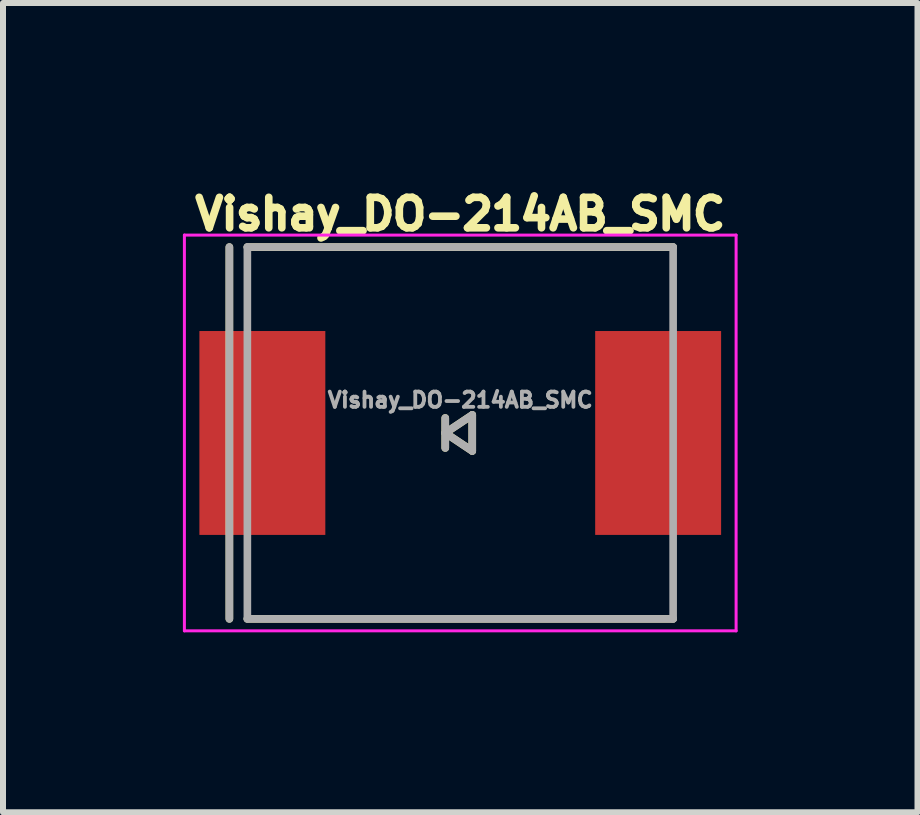
<source format=kicad_pcb>
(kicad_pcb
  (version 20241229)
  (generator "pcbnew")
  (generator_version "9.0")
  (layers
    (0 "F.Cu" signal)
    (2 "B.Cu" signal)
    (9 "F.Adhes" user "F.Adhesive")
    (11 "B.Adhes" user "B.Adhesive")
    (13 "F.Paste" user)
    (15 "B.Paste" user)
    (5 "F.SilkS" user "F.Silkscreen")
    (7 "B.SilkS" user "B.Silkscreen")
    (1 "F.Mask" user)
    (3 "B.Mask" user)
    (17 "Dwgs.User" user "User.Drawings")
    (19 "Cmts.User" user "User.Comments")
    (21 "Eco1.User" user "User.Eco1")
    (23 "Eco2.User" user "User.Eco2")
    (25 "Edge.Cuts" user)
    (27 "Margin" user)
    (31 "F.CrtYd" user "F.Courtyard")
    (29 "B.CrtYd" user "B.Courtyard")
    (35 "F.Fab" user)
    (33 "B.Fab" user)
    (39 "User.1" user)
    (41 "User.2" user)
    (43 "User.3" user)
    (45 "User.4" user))
  (footprint "Vishay_DO-214AB_SMC"
    (layer "F.Cu")
    (at 4.625 4.17)
    (property "Reference" "Vishay_DO-214AB_SMC" (at 0 -3.65 0) (layer "F.SilkS") (effects (font (size 0.508 0.508) (thickness 0.127))))
    (attr through_hole)
    (fp_line (start -3.85 -3.1) (end -3.85 3.1) (stroke (width 0.127) (type solid)) (layer "F.SilkS"))
    (fp_line (start -3.55 -3.1) (end 3.55 -3.1) (stroke (width 0.127) (type solid)) (layer "F.SilkS"))
    (fp_line (start -3.55 3.1) (end 3.55 3.1) (stroke (width 0.127) (type solid)) (layer "F.SilkS"))
    (fp_line (start -0.25 -0.25) (end -0.25 0.25) (stroke (width 0.127) (type solid)) (layer "F.SilkS"))
    (fp_line (start -0.25 0) (end 0.2 -0.3) (stroke (width 0.127) (type solid)) (layer "F.SilkS"))
    (fp_line (start 0.2 -0.3) (end 0.2 0.3) (stroke (width 0.127) (type solid)) (layer "F.SilkS"))
    (fp_line (start 0.2 0.3) (end -0.25 0) (stroke (width 0.127) (type solid)) (layer "F.SilkS"))
    (fp_line (start -4.6 -3.3) (end 4.6 -3.3) (stroke (width 0.05) (type solid)) (layer "F.CrtYd"))
    (fp_line (start -4.6 3.3) (end -4.6 -3.3) (stroke (width 0.05) (type solid)) (layer "F.CrtYd"))
    (fp_line (start -4.6 3.3) (end 4.6 3.3) (stroke (width 0.05) (type solid)) (layer "F.CrtYd"))
    (fp_line (start 4.6 -3.3) (end 4.6 3.3) (stroke (width 0.05) (type solid)) (layer "F.CrtYd"))
    (fp_line (start -3.85 -3.1) (end -3.85 3.1) (stroke (width 0.127) (type solid)) (layer "F.Fab"))
    (fp_line (start -3.55 -3.1) (end -3.55 3.1) (stroke (width 0.127) (type solid)) (layer "F.Fab"))
    (fp_line (start -3.55 -3.1) (end 3.55 -3.1) (stroke (width 0.127) (type solid)) (layer "F.Fab"))
    (fp_line (start -3.55 3.1) (end 3.55 3.1) (stroke (width 0.127) (type solid)) (layer "F.Fab"))
    (fp_line (start -0.25 -0.25) (end -0.25 0.25) (stroke (width 0.127) (type solid)) (layer "F.Fab"))
    (fp_line (start -0.25 0) (end 0.2 -0.3) (stroke (width 0.127) (type solid)) (layer "F.Fab"))
    (fp_line (start 0.2 -0.3) (end 0.2 0.3) (stroke (width 0.127) (type solid)) (layer "F.Fab"))
    (fp_line (start 0.2 0.3) (end -0.25 0) (stroke (width 0.127) (type solid)) (layer "F.Fab"))
    (fp_line (start 3.55 -3.1) (end 3.55 3.1) (stroke (width 0.127) (type solid)) (layer "F.Fab"))
    (fp_text user "${REFERENCE}" (at 0 -0.55 0) (layer "F.Fab") (effects (font (size 0.254 0.254) (thickness 0.064))))
    (pad "1" smd rect (at -3.3 0) (size 2.1 3.4) (layers "F.Cu" "F.Mask" "F.Paste"))
    (pad "2" smd rect (at 3.3 0) (size 2.1 3.4) (layers "F.Cu" "F.Mask" "F.Paste")))
  (gr_rect
    (start -3 -3)
    (end 12.25 10.495)
    (stroke (width 0.1) (type default))
    (fill no)
    (layer "Edge.Cuts")))
</source>
